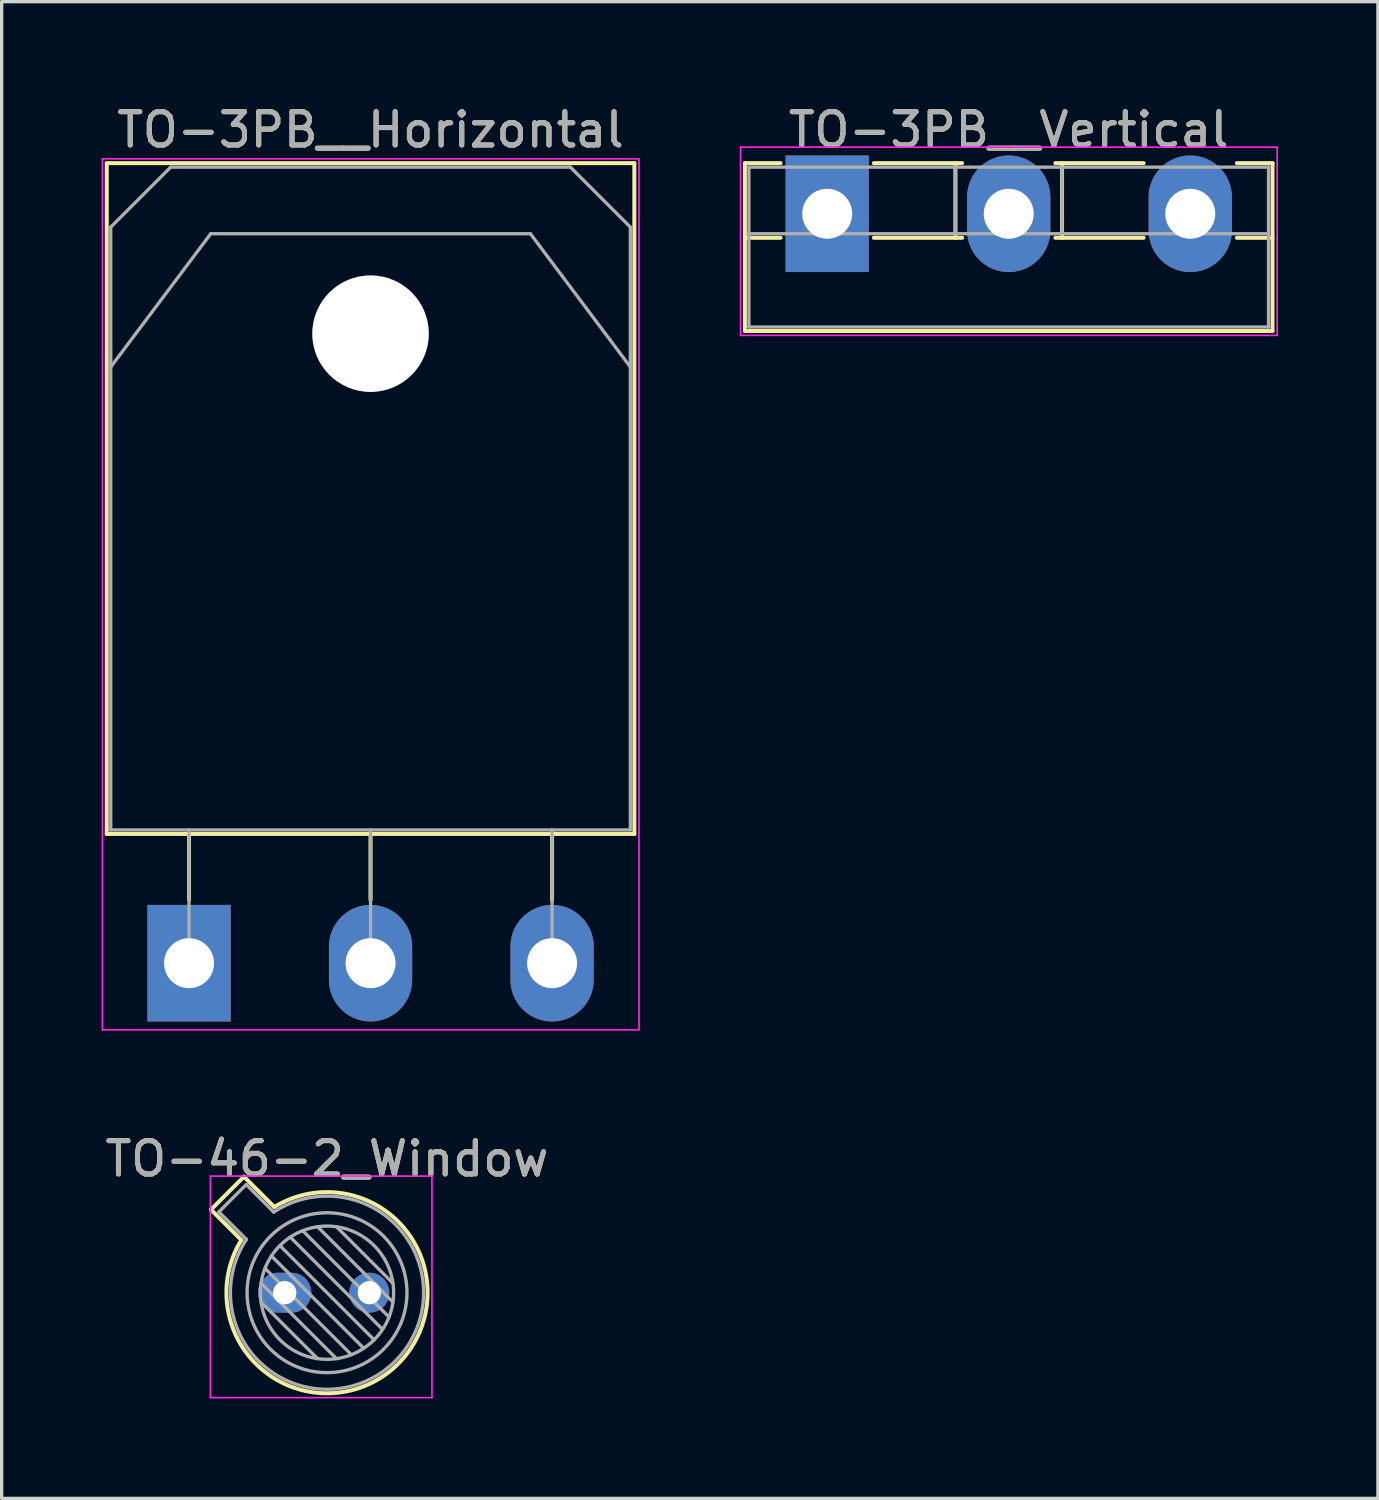
<source format=kicad_pcb>
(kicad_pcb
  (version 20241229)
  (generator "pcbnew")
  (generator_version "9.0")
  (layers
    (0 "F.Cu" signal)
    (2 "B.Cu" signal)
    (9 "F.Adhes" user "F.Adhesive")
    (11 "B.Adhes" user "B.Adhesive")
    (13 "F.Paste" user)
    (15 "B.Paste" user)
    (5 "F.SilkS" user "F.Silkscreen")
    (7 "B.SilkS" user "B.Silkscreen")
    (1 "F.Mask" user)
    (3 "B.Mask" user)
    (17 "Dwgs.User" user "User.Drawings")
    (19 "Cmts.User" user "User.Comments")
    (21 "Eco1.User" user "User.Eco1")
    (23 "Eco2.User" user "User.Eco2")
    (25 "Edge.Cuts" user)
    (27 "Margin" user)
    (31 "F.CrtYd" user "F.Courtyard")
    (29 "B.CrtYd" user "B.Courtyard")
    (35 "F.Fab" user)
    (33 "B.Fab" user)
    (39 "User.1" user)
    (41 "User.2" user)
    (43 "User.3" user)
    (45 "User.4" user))
  (footprint "TO-46-2_Window"
    (layer "F.Cu")
    (at 5.498 35.761)
    (property "Reference" "TO-46-2_Window" (at 1.27 -4.02 0) (layer "F.SilkS") (effects (font (size 1 1) (thickness 0.15))))
    (attr through_hole)
    (fp_line (start -2.214 -2.494) (end -1.302 -1.582) (stroke (width 0.12) (type solid)) (layer "F.SilkS"))
    (fp_line (start -1.224 -3.484) (end -2.214 -2.494) (stroke (width 0.12) (type solid)) (layer "F.SilkS"))
    (fp_line (start -0.312 -2.572) (end -1.224 -3.484) (stroke (width 0.12) (type solid)) (layer "F.SilkS"))
    (fp_arc (start -0.312331 -2.572281) (mid 3.405374 2.135551) (end -1.30215 -1.582544) (stroke (width 0.12) (type solid)) (layer "F.SilkS"))
    (fp_line (start -2.23 -3.5) (end -2.23 3.15) (stroke (width 0.05) (type solid)) (layer "F.CrtYd"))
    (fp_line (start -2.23 3.15) (end 4.42 3.15) (stroke (width 0.05) (type solid)) (layer "F.CrtYd"))
    (fp_line (start 4.42 -3.5) (end -2.23 -3.5) (stroke (width 0.05) (type solid)) (layer "F.CrtYd"))
    (fp_line (start 4.42 3.15) (end 4.42 -3.5) (stroke (width 0.05) (type solid)) (layer "F.CrtYd"))
    (fp_line (start -1.977 -2.426) (end -1.149 -1.599) (stroke (width 0.1) (type solid)) (layer "F.Fab"))
    (fp_line (start -1.156 -3.247) (end -1.977 -2.426) (stroke (width 0.1) (type solid)) (layer "F.Fab"))
    (fp_line (start -0.71 -0.283) (end 1.553 1.98) (stroke (width 0.1) (type solid)) (layer "F.Fab"))
    (fp_line (start -0.71 0.283) (end 0.987 1.98) (stroke (width 0.1) (type solid)) (layer "F.Fab"))
    (fp_line (start -0.592 -0.731) (end 2.001 1.862) (stroke (width 0.1) (type solid)) (layer "F.Fab"))
    (fp_line (start -0.399 -1.103) (end 2.373 1.669) (stroke (width 0.1) (type solid)) (layer "F.Fab"))
    (fp_line (start -0.329 -2.419) (end -1.156 -3.247) (stroke (width 0.1) (type solid)) (layer "F.Fab"))
    (fp_line (start -0.145 -1.415) (end 2.685 1.415) (stroke (width 0.1) (type solid)) (layer "F.Fab"))
    (fp_line (start 0.167 -1.669) (end 2.939 1.103) (stroke (width 0.1) (type solid)) (layer "F.Fab"))
    (fp_line (start 0.539 -1.862) (end 3.132 0.731) (stroke (width 0.1) (type solid)) (layer "F.Fab"))
    (fp_line (start 0.987 -1.98) (end 3.25 0.283) (stroke (width 0.1) (type solid)) (layer "F.Fab"))
    (fp_line (start 1.553 -1.98) (end 3.25 -0.283) (stroke (width 0.1) (type solid)) (layer "F.Fab"))
    (fp_arc (start -0.329057 -2.419301) (mid 3.321076 2.050143) (end -1.150029 -1.597956) (stroke (width 0.1) (type solid)) (layer "F.Fab"))
    (fp_circle (center 1.27 0) (end 3.27 0) (stroke (width 0.1) (type solid)) (fill no) (layer "F.Fab"))
    (fp_circle (center 1.27 0) (end 3.67 0) (stroke (width 0.1) (type solid)) (fill no) (layer "F.Fab"))
    (fp_text user "${REFERENCE}" (at 1.27 -4.02 0) (layer "F.Fab") (effects (font (size 1 1) (thickness 0.15))))
    (pad "1" thru_hole oval (at 0 0) (size 1.6 1.2) (drill 0.7) (layers "*.Cu" "*.Mask"))
    (pad "2" thru_hole oval (at 2.54 0) (size 1.2 1.2) (drill 0.7) (layers "*.Cu" "*.Mask")))
  (footprint "TO-3PB__Horizontal"
    (layer "F.Cu")
    (at 2.625 25.868)
    (property "Reference" "TO-3PB__Horizontal" (at 5.45 -25.02 0) (layer "F.SilkS") (effects (font (size 1 1) (thickness 0.15))))
    (attr through_hole)
    (fp_line (start -2.47 -24.02) (end -2.47 -3.88) (stroke (width 0.12) (type solid)) (layer "F.SilkS"))
    (fp_line (start -2.47 -24.02) (end 13.37 -24.02) (stroke (width 0.12) (type solid)) (layer "F.SilkS"))
    (fp_line (start -2.47 -3.88) (end 13.37 -3.88) (stroke (width 0.12) (type solid)) (layer "F.SilkS"))
    (fp_line (start 0 -3.88) (end 0 -1.9) (stroke (width 0.12) (type solid)) (layer "F.SilkS"))
    (fp_line (start 5.45 -3.88) (end 5.45 -1.9) (stroke (width 0.12) (type solid)) (layer "F.SilkS"))
    (fp_line (start 10.9 -3.88) (end 10.9 -1.9) (stroke (width 0.12) (type solid)) (layer "F.SilkS"))
    (fp_line (start 13.37 -24.02) (end 13.37 -3.88) (stroke (width 0.12) (type solid)) (layer "F.SilkS"))
    (fp_line (start -2.6 -24.15) (end -2.6 2) (stroke (width 0.05) (type solid)) (layer "F.CrtYd"))
    (fp_line (start -2.6 2) (end 13.51 2) (stroke (width 0.05) (type solid)) (layer "F.CrtYd"))
    (fp_line (start 13.51 -24.15) (end -2.6 -24.15) (stroke (width 0.05) (type solid)) (layer "F.CrtYd"))
    (fp_line (start 13.51 2) (end 13.51 -24.15) (stroke (width 0.05) (type solid)) (layer "F.CrtYd"))
    (fp_line (start -2.35 -22.1) (end -0.55 -23.9) (stroke (width 0.1) (type solid)) (layer "F.Fab"))
    (fp_line (start -2.35 -17.9) (end -2.35 -22.1) (stroke (width 0.1) (type solid)) (layer "F.Fab"))
    (fp_line (start -2.35 -17.9) (end 0.651 -21.9) (stroke (width 0.1) (type solid)) (layer "F.Fab"))
    (fp_line (start -2.35 -4) (end -2.35 -17.9) (stroke (width 0.1) (type solid)) (layer "F.Fab"))
    (fp_line (start -0.55 -23.9) (end 11.45 -23.9) (stroke (width 0.1) (type solid)) (layer "F.Fab"))
    (fp_line (start 0 -4) (end 0 0) (stroke (width 0.1) (type solid)) (layer "F.Fab"))
    (fp_line (start 0.651 -21.9) (end 10.25 -21.9) (stroke (width 0.1) (type solid)) (layer "F.Fab"))
    (fp_line (start 5.45 -4) (end 5.45 0) (stroke (width 0.1) (type solid)) (layer "F.Fab"))
    (fp_line (start 10.25 -21.9) (end 13.25 -17.9) (stroke (width 0.1) (type solid)) (layer "F.Fab"))
    (fp_line (start 10.9 -4) (end 10.9 0) (stroke (width 0.1) (type solid)) (layer "F.Fab"))
    (fp_line (start 11.45 -23.9) (end 13.25 -22.1) (stroke (width 0.1) (type solid)) (layer "F.Fab"))
    (fp_line (start 13.25 -22.1) (end 13.25 -17.9) (stroke (width 0.1) (type solid)) (layer "F.Fab"))
    (fp_line (start 13.25 -17.9) (end 13.25 -4) (stroke (width 0.1) (type solid)) (layer "F.Fab"))
    (fp_line (start 13.25 -4) (end -2.35 -4) (stroke (width 0.1) (type solid)) (layer "F.Fab"))
    (fp_circle (center 5.45 -18.9) (end 7.05 -18.9) (stroke (width 0.1) (type solid)) (fill no) (layer "F.Fab"))
    (fp_text user "${REFERENCE}" (at 5.45 -25.02 0) (layer "F.Fab") (effects (font (size 1 1) (thickness 0.15))))
    (pad "" np_thru_hole oval (at 5.45 -18.9) (size 3.5 3.5) (drill 3.5) (layers "*.Cu" "*.Mask"))
    (pad "1" thru_hole rect (at 0 0) (size 2.5 3.5) (drill 1.5) (layers "*.Cu" "*.Mask"))
    (pad "2" thru_hole oval (at 5.45 0) (size 2.5 3.5) (drill 1.5) (layers "*.Cu" "*.Mask"))
    (pad "3" thru_hole oval (at 10.9 0) (size 2.5 3.5) (drill 1.5) (layers "*.Cu" "*.Mask")))
  (footprint "TO-3PB__Vertical"
    (layer "F.Cu")
    (at 21.785 3.368)
    (property "Reference" "TO-3PB__Vertical" (at 5.45 -2.52 0) (layer "F.SilkS") (effects (font (size 1 1) (thickness 0.15))))
    (attr through_hole)
    (fp_line (start -2.47 -1.52) (end -2.47 3.52) (stroke (width 0.12) (type solid)) (layer "F.SilkS"))
    (fp_line (start -2.47 -1.52) (end -1.4 -1.52) (stroke (width 0.12) (type solid)) (layer "F.SilkS"))
    (fp_line (start -2.47 0.721) (end -1.4 0.721) (stroke (width 0.12) (type solid)) (layer "F.SilkS"))
    (fp_line (start -2.47 3.52) (end 13.37 3.52) (stroke (width 0.12) (type solid)) (layer "F.SilkS"))
    (fp_line (start 1.4 -1.52) (end 4.051 -1.52) (stroke (width 0.12) (type solid)) (layer "F.SilkS"))
    (fp_line (start 1.4 0.721) (end 4.051 0.721) (stroke (width 0.12) (type solid)) (layer "F.SilkS"))
    (fp_line (start 3.85 -1.52) (end 3.85 0.721) (stroke (width 0.12) (type solid)) (layer "F.SilkS"))
    (fp_line (start 6.85 -1.52) (end 9.5 -1.52) (stroke (width 0.12) (type solid)) (layer "F.SilkS"))
    (fp_line (start 6.85 0.721) (end 9.5 0.721) (stroke (width 0.12) (type solid)) (layer "F.SilkS"))
    (fp_line (start 7.051 -1.52) (end 7.051 0.721) (stroke (width 0.12) (type solid)) (layer "F.SilkS"))
    (fp_line (start 12.3 -1.52) (end 13.37 -1.52) (stroke (width 0.12) (type solid)) (layer "F.SilkS"))
    (fp_line (start 12.3 0.721) (end 13.37 0.721) (stroke (width 0.12) (type solid)) (layer "F.SilkS"))
    (fp_line (start 13.37 -1.52) (end 13.37 3.52) (stroke (width 0.12) (type solid)) (layer "F.SilkS"))
    (fp_line (start -2.6 -2) (end -2.6 3.65) (stroke (width 0.05) (type solid)) (layer "F.CrtYd"))
    (fp_line (start -2.6 3.65) (end 13.51 3.65) (stroke (width 0.05) (type solid)) (layer "F.CrtYd"))
    (fp_line (start 13.51 -2) (end -2.6 -2) (stroke (width 0.05) (type solid)) (layer "F.CrtYd"))
    (fp_line (start 13.51 3.65) (end 13.51 -2) (stroke (width 0.05) (type solid)) (layer "F.CrtYd"))
    (fp_line (start -2.35 -1.4) (end -2.35 3.4) (stroke (width 0.1) (type solid)) (layer "F.Fab"))
    (fp_line (start -2.35 0.6) (end 13.25 0.6) (stroke (width 0.1) (type solid)) (layer "F.Fab"))
    (fp_line (start -2.35 3.4) (end 13.25 3.4) (stroke (width 0.1) (type solid)) (layer "F.Fab"))
    (fp_line (start 3.85 -1.4) (end 3.85 0.6) (stroke (width 0.1) (type solid)) (layer "F.Fab"))
    (fp_line (start 7.05 -1.4) (end 7.05 0.6) (stroke (width 0.1) (type solid)) (layer "F.Fab"))
    (fp_line (start 13.25 -1.4) (end -2.35 -1.4) (stroke (width 0.1) (type solid)) (layer "F.Fab"))
    (fp_line (start 13.25 3.4) (end 13.25 -1.4) (stroke (width 0.1) (type solid)) (layer "F.Fab"))
    (fp_text user "${REFERENCE}" (at 5.45 -2.52 0) (layer "F.Fab") (effects (font (size 1 1) (thickness 0.15))))
    (pad "1" thru_hole rect (at 0 0) (size 2.5 3.5) (drill 1.5) (layers "*.Cu" "*.Mask"))
    (pad "2" thru_hole oval (at 5.45 0) (size 2.5 3.5) (drill 1.5) (layers "*.Cu" "*.Mask"))
    (pad "3" thru_hole oval (at 10.9 0) (size 2.5 3.5) (drill 1.5) (layers "*.Cu" "*.Mask")))
  (gr_rect
    (start -3 -3)
    (end 38.32 41.937)
    (stroke (width 0.1) (type default))
    (fill no)
    (layer "Edge.Cuts")))
</source>
